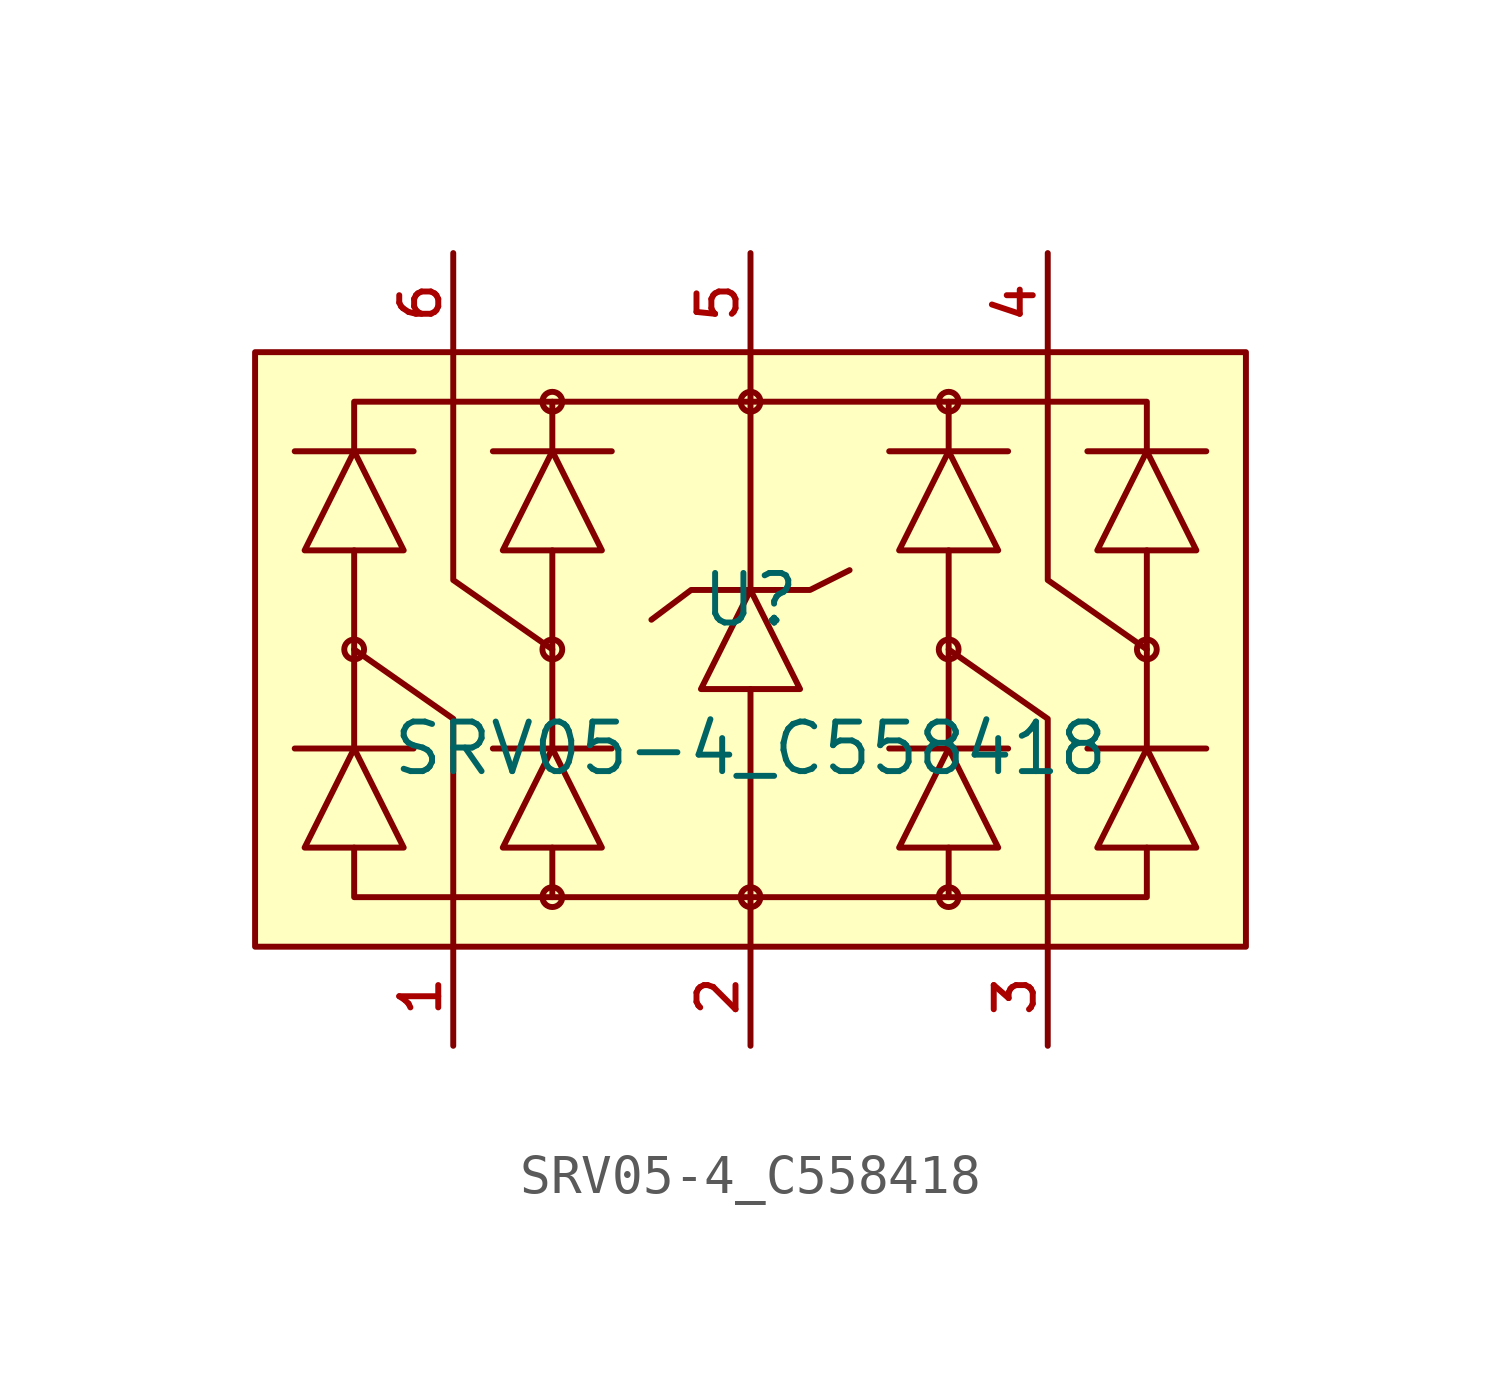
<source format=kicad_sym>
(kicad_symbol_lib
  (version 20210201)
  (generator TousstNicolas/JLC2KiCad_lib)
  (symbol "SRV05-4_C558418"
    (pin_names hide)
    (property "Reference" "U"
      (at 0 1.27 0)
      (effects (font (size 1.27 1.27))))
    (property "Value" "SRV05-4_C558418"
      (at 0 -2.54 0)
      (effects (font (size 1.27 1.27))))
    (symbol "SRV05-4_C558418_0_1"
      (polyline (pts (xy -11.43 2.54) (xy -10.16 5.08) (xy -8.89 2.54) (xy -11.43 2.54)) (stroke (width 0) (type default) (color 0 0 0 0)) (fill (type background)))
      (polyline (pts (xy -11.684 5.08) (xy -8.636 5.08)) (stroke (width 0) (type default) (color 0 0 0 0)) (fill (type none)))
      (polyline (pts (xy -11.684 -2.54) (xy -8.636 -2.54)) (stroke (width 0) (type default) (color 0 0 0 0)) (fill (type none)))
      (polyline (pts (xy -11.43 -5.08) (xy -10.16 -2.54) (xy -8.89 -5.08) (xy -11.43 -5.08)) (stroke (width 0) (type default) (color 0 0 0 0)) (fill (type background)))
      (polyline (pts (xy -6.35 -5.08) (xy -5.08 -2.54) (xy -3.81 -5.08) (xy -6.35 -5.08)) (stroke (width 0) (type default) (color 0 0 0 0)) (fill (type background)))
      (polyline (pts (xy -6.604 -2.54) (xy -3.556 -2.54)) (stroke (width 0) (type default) (color 0 0 0 0)) (fill (type none)))
      (polyline (pts (xy -6.604 5.08) (xy -3.556 5.08)) (stroke (width 0) (type default) (color 0 0 0 0)) (fill (type none)))
      (polyline (pts (xy -6.35 2.54) (xy -5.08 5.08) (xy -3.81 2.54) (xy -6.35 2.54)) (stroke (width 0) (type default) (color 0 0 0 0)) (fill (type background)))
      (polyline (pts (xy 8.89 2.54) (xy 10.16 5.08) (xy 11.43 2.54) (xy 8.89 2.54)) (stroke (width 0) (type default) (color 0 0 0 0)) (fill (type background)))
      (polyline (pts (xy 8.636 5.08) (xy 11.684 5.08)) (stroke (width 0) (type default) (color 0 0 0 0)) (fill (type none)))
      (polyline (pts (xy 8.636 -2.54) (xy 11.684 -2.54)) (stroke (width 0) (type default) (color 0 0 0 0)) (fill (type none)))
      (polyline (pts (xy 8.89 -5.08) (xy 10.16 -2.54) (xy 11.43 -5.08) (xy 8.89 -5.08)) (stroke (width 0) (type default) (color 0 0 0 0)) (fill (type background)))
      (polyline (pts (xy 3.81 -5.08) (xy 5.08 -2.54) (xy 6.35 -5.08) (xy 3.81 -5.08)) (stroke (width 0) (type default) (color 0 0 0 0)) (fill (type background)))
      (polyline (pts (xy 3.556 -2.54) (xy 6.604 -2.54)) (stroke (width 0) (type default) (color 0 0 0 0)) (fill (type none)))
      (polyline (pts (xy 3.556 5.08) (xy 6.604 5.08)) (stroke (width 0) (type default) (color 0 0 0 0)) (fill (type none)))
      (polyline (pts (xy 3.81 2.54) (xy 5.08 5.08) (xy 6.35 2.54) (xy 3.81 2.54)) (stroke (width 0) (type default) (color 0 0 0 0)) (fill (type background)))
      (polyline (pts (xy -1.27 -1.016) (xy 0.0 1.524) (xy 1.27 -1.016) (xy -1.27 -1.016)) (stroke (width 0) (type default) (color 0 0 0 0)) (fill (type background)))
      (polyline (pts (xy -2.54 0.762) (xy -1.524 1.524) (xy 1.524 1.524) (xy 2.54 2.032)) (stroke (width 0) (type default) (color 0 0 0 0)) (fill (type none)))
      (polyline (pts (xy -10.16 2.54) (xy -10.16 -2.54)) (stroke (width 0) (type default) (color 0 0 0 0)) (fill (type none)))
      (polyline (pts (xy -5.08 2.54) (xy -5.08 -2.54)) (stroke (width 0) (type default) (color 0 0 0 0)) (fill (type none)))
      (polyline (pts (xy 5.08 2.54) (xy 5.08 -2.54)) (stroke (width 0) (type default) (color 0 0 0 0)) (fill (type none)))
      (polyline (pts (xy 10.16 2.54) (xy 10.16 -2.54)) (stroke (width 0) (type default) (color 0 0 0 0)) (fill (type none)))
      (polyline (pts (xy -10.16 5.08) (xy -10.16 6.35) (xy 10.16 6.35) (xy 10.16 5.08)) (stroke (width 0) (type default) (color 0 0 0 0)) (fill (type none)))
      (polyline (pts (xy 5.08 5.08) (xy 5.08 6.35)) (stroke (width 0) (type default) (color 0 0 0 0)) (fill (type none)))
      (polyline (pts (xy -5.08 5.08) (xy -5.08 6.35)) (stroke (width 0) (type default) (color 0 0 0 0)) (fill (type none)))
      (polyline (pts (xy 0.0 1.524) (xy 0.0 6.35)) (stroke (width 0) (type default) (color 0 0 0 0)) (fill (type none)))
      (circle (center -5.08 6.35) (radius 0.254) (stroke (width 0) (type default) (color 0 0 0 0)) (fill (type background)))
      (circle (center 0.0 6.35) (radius 0.254) (stroke (width 0) (type default) (color 0 0 0 0)) (fill (type background)))
      (circle (center 5.08 6.35) (radius 0.254) (stroke (width 0) (type default) (color 0 0 0 0)) (fill (type background)))
      (polyline (pts (xy 10.16 -5.08) (xy 10.16 -6.35) (xy -10.16 -6.35) (xy -10.16 -5.08)) (stroke (width 0) (type default) (color 0 0 0 0)) (fill (type none)))
      (polyline (pts (xy 5.08 -5.08) (xy 5.08 -6.35)) (stroke (width 0) (type default) (color 0 0 0 0)) (fill (type none)))
      (polyline (pts (xy 0.0 -1.016) (xy 0.0 -6.35)) (stroke (width 0) (type default) (color 0 0 0 0)) (fill (type none)))
      (polyline (pts (xy -5.08 -5.08) (xy -5.08 -6.35)) (stroke (width 0) (type default) (color 0 0 0 0)) (fill (type none)))
      (circle (center 5.08 -6.35) (radius 0.254) (stroke (width 0) (type default) (color 0 0 0 0)) (fill (type background)))
      (circle (center 0.0 -6.35) (radius 0.254) (stroke (width 0) (type default) (color 0 0 0 0)) (fill (type background)))
      (circle (center -5.08 -6.35) (radius 0.254) (stroke (width 0) (type default) (color 0 0 0 0)) (fill (type background)))
      (polyline (pts (xy -10.16 -0.0) (xy -7.62 -1.778) (xy -7.62 -7.62)) (stroke (width 0) (type default) (color 0 0 0 0)) (fill (type none)))
      (polyline (pts (xy 0.0 -6.35) (xy 0.0 -7.62)) (stroke (width 0) (type default) (color 0 0 0 0)) (fill (type none)))
      (circle (center -10.16 -0.0) (radius 0.254) (stroke (width 0) (type default) (color 0 0 0 0)) (fill (type background)))
      (polyline (pts (xy 5.08 -0.0) (xy 7.62 -1.778) (xy 7.62 -7.62)) (stroke (width 0) (type default) (color 0 0 0 0)) (fill (type none)))
      (circle (center 5.08 -0.0) (radius 0.254) (stroke (width 0) (type default) (color 0 0 0 0)) (fill (type background)))
      (polyline (pts (xy 10.16 -0.0) (xy 7.62 1.778) (xy 7.62 7.62)) (stroke (width 0) (type default) (color 0 0 0 0)) (fill (type none)))
      (circle (center 10.16 -0.0) (radius 0.254) (stroke (width 0) (type default) (color 0 0 0 0)) (fill (type background)))
      (polyline (pts (xy -5.08 -0.0) (xy -7.62 1.778) (xy -7.62 7.62)) (stroke (width 0) (type default) (color 0 0 0 0)) (fill (type none)))
      (circle (center -5.08 -0.0) (radius 0.254) (stroke (width 0) (type default) (color 0 0 0 0)) (fill (type background)))
      (polyline (pts (xy 0.0 7.62) (xy 0.0 6.35)) (stroke (width 0) (type default) (color 0 0 0 0)) (fill (type none)))
      (rectangle (start -12.7 7.62) (end 12.7 -7.62) (stroke (width 0) (type default) (color 0 0 0 0)) (fill (type background)))
      (pin unspecified line (at -7.62 -10.16 90) (length 2.54) (name "1" (effects (font (size 1 1)))) (number "1" (effects (font (size 1 1)))))
      (pin unspecified line (at 0.0 -10.16 90) (length 2.54) (name "2" (effects (font (size 1 1)))) (number "2" (effects (font (size 1 1)))))
      (pin unspecified line (at 7.62 -10.16 90) (length 2.54) (name "3" (effects (font (size 1 1)))) (number "3" (effects (font (size 1 1)))))
      (pin unspecified line (at 7.62 10.16 270) (length 2.54) (name "4" (effects (font (size 1 1)))) (number "4" (effects (font (size 1 1)))))
      (pin unspecified line (at 0.0 10.16 270) (length 2.54) (name "5" (effects (font (size 1 1)))) (number "5" (effects (font (size 1 1)))))
      (pin unspecified line (at -7.62 10.16 270) (length 2.54) (name "6" (effects (font (size 1 1)))) (number "6" (effects (font (size 1 1))))))))
</source>
